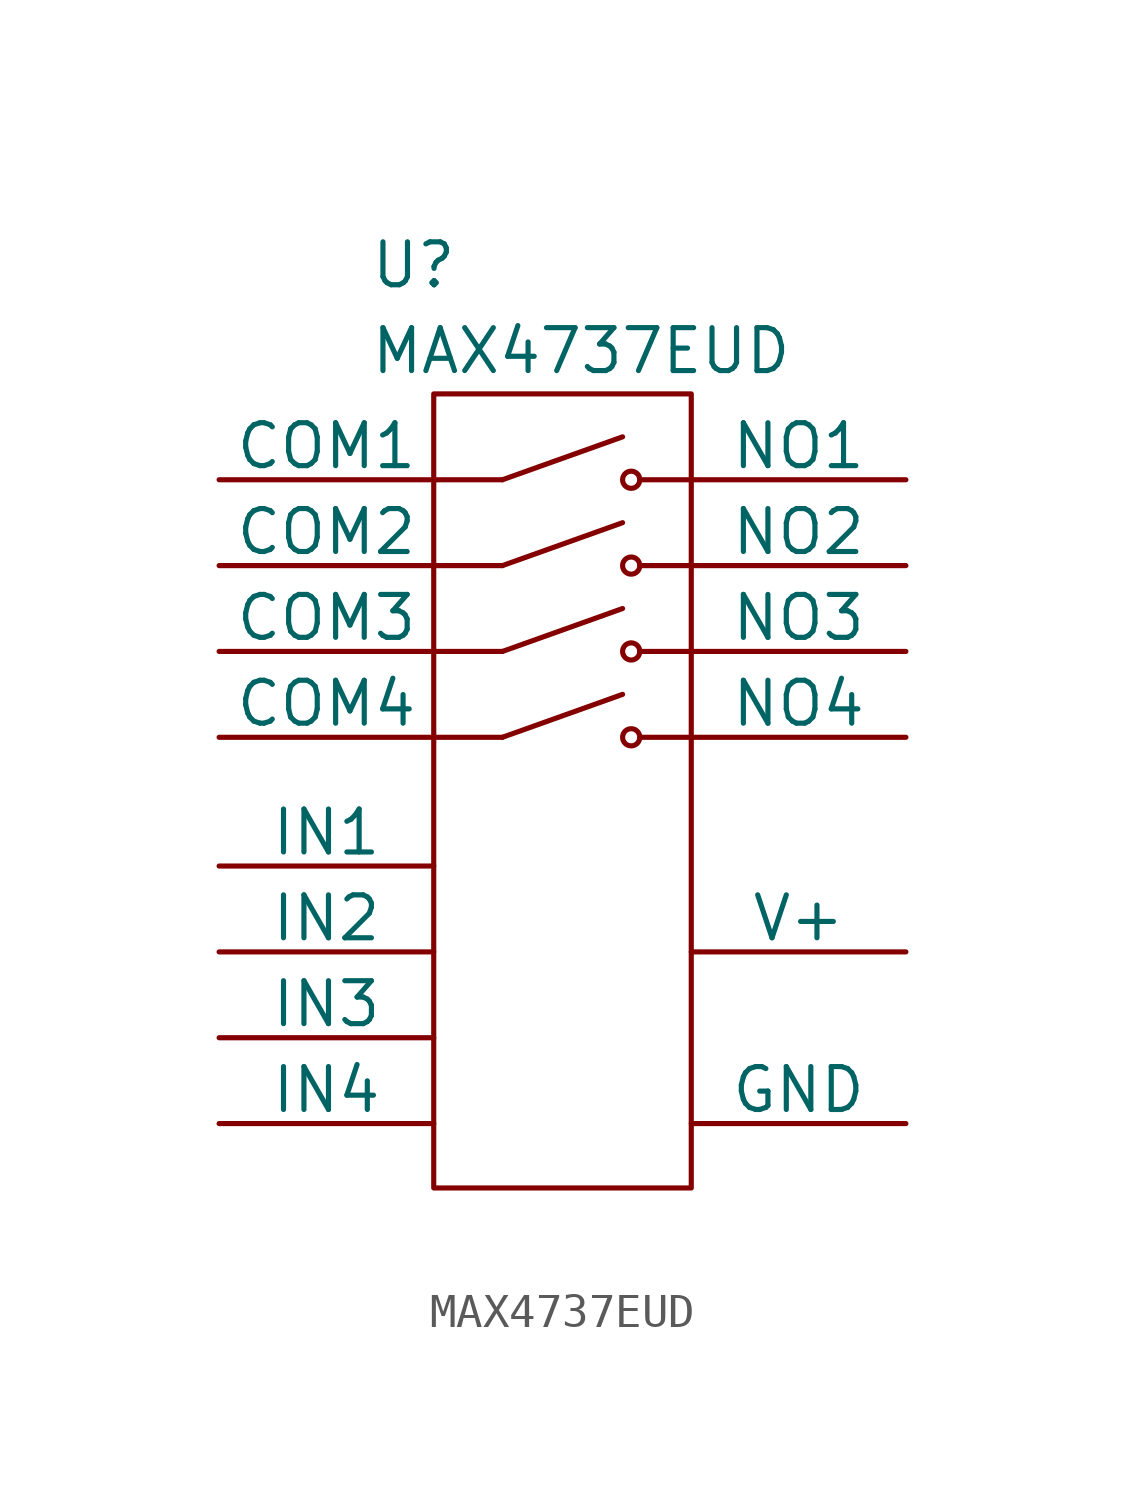
<source format=kicad_sym>
(kicad_symbol_lib
  (version 20211014)
  (generator kicad_symbol_editor)
  (symbol "MAX4737EUD"
    (pin_numbers hide)
    (pin_names
      (offset 0))
    (property "Reference" "U"
      (at -5.715 1.27 0)
      (effects (font (size 1.27 1.27)) (justify left)))
    (property "Value" "MAX4737EUD"
      (at -5.715 -1.27 0)
      (effects (font (size 1.27 1.27)) (justify left)))
    (symbol "MAX4737EUD_0_1"
      (rectangle (start -3.81 -2.54) (end 3.81 -26.035) (stroke (width 0) (type default) (color 0 0 0 0)) (fill (type none)))
      (polyline (pts (xy -1.778 -12.7) (xy -3.81 -12.7)) (stroke (width 0) (type default) (color 0 0 0 0)) (fill (type none)))
      (polyline (pts (xy -1.778 -12.7) (xy 1.778 -11.43)) (stroke (width 0) (type default) (color 0 0 0 0)) (fill (type none)))
      (polyline (pts (xy -1.778 -10.16) (xy -3.81 -10.16)) (stroke (width 0) (type default) (color 0 0 0 0)) (fill (type none)))
      (polyline (pts (xy -1.778 -10.16) (xy 1.778 -8.89)) (stroke (width 0) (type default) (color 0 0 0 0)) (fill (type none)))
      (polyline (pts (xy -1.778 -7.62) (xy -3.81 -7.62)) (stroke (width 0) (type default) (color 0 0 0 0)) (fill (type none)))
      (polyline (pts (xy -1.778 -7.62) (xy 1.778 -6.35)) (stroke (width 0) (type default) (color 0 0 0 0)) (fill (type none)))
      (polyline (pts (xy -1.778 -5.08) (xy -3.81 -5.08)) (stroke (width 0) (type default) (color 0 0 0 0)) (fill (type none)))
      (polyline (pts (xy -1.778 -5.08) (xy 1.778 -3.81)) (stroke (width 0) (type default) (color 0 0 0 0)) (fill (type none)))
      (polyline (pts (xy 2.286 -12.7) (xy 3.81 -12.7)) (stroke (width 0) (type default) (color 0 0 0 0)) (fill (type none)))
      (polyline (pts (xy 2.286 -10.16) (xy 3.81 -10.16)) (stroke (width 0) (type default) (color 0 0 0 0)) (fill (type none)))
      (polyline (pts (xy 2.286 -7.62) (xy 3.81 -7.62)) (stroke (width 0) (type default) (color 0 0 0 0)) (fill (type none)))
      (polyline (pts (xy 2.286 -5.08) (xy 3.81 -5.08)) (stroke (width 0) (type default) (color 0 0 0 0)) (fill (type none)))
      (circle (center 2.032 -12.7) (radius 0.254) (stroke (width 0) (type default) (color 0 0 0 0)) (fill (type none)))
      (circle (center 2.032 -10.16) (radius 0.254) (stroke (width 0) (type default) (color 0 0 0 0)) (fill (type none)))
      (circle (center 2.032 -7.62) (radius 0.254) (stroke (width 0) (type default) (color 0 0 0 0)) (fill (type none)))
      (circle (center 2.032 -5.08) (radius 0.254) (stroke (width 0) (type default) (color 0 0 0 0)) (fill (type none))))
    (symbol "MAX4737EUD_1_1"
      (pin passive line (at 10.16 -5.08 180) (length 6.35) (name "NO1" (effects (font (size 1.27 1.27)))) (number "1" (effects (font (size 1.016 1.016)))))
      (pin passive line (at -10.16 -12.7 0) (length 6.35) (name "COM4" (effects (font (size 1.27 1.27)))) (number "10" (effects (font (size 1.016 1.016)))))
      (pin passive line (at 10.16 -12.7 180) (length 6.35) (name "NO4" (effects (font (size 1.27 1.27)))) (number "11" (effects (font (size 1.016 1.016)))))
      (pin input line (at -10.16 -24.13 0) (length 6.35) (name "IN4" (effects (font (size 1.27 1.27)))) (number "12" (effects (font (size 1.016 1.016)))))
      (pin input line (at -10.16 -16.51 0) (length 6.35) (name "IN1" (effects (font (size 1.27 1.27)))) (number "13" (effects (font (size 1.016 1.016)))))
      (pin power_in line (at 10.16 -19.05 180) (length 6.35) (name "V+" (effects (font (size 1.27 1.27)))) (number "14" (effects (font (size 1.016 1.016)))))
      (pin passive line (at -10.16 -5.08 0) (length 6.35) (name "COM1" (effects (font (size 1.27 1.27)))) (number "2" (effects (font (size 1.016 1.016)))))
      (pin passive line (at 10.16 -7.62 180) (length 6.35) (name "NO2" (effects (font (size 1.27 1.27)))) (number "3" (effects (font (size 1.016 1.016)))))
      (pin passive line (at -10.16 -7.62 0) (length 6.35) (name "COM2" (effects (font (size 1.27 1.27)))) (number "4" (effects (font (size 1.016 1.016)))))
      (pin input line (at -10.16 -19.05 0) (length 6.35) (name "IN2" (effects (font (size 1.27 1.27)))) (number "5" (effects (font (size 1.016 1.016)))))
      (pin input line (at -10.16 -21.59 0) (length 6.35) (name "IN3" (effects (font (size 1.27 1.27)))) (number "6" (effects (font (size 1.016 1.016)))))
      (pin power_in line (at 10.16 -24.13 180) (length 6.35) (name "GND" (effects (font (size 1.27 1.27)))) (number "7" (effects (font (size 1.016 1.016)))))
      (pin passive line (at 10.16 -10.16 180) (length 6.35) (name "NO3" (effects (font (size 1.27 1.27)))) (number "8" (effects (font (size 1.016 1.016)))))
      (pin passive line (at -10.16 -10.16 0) (length 6.35) (name "COM3" (effects (font (size 1.27 1.27)))) (number "9" (effects (font (size 1.016 1.016))))))))
</source>
